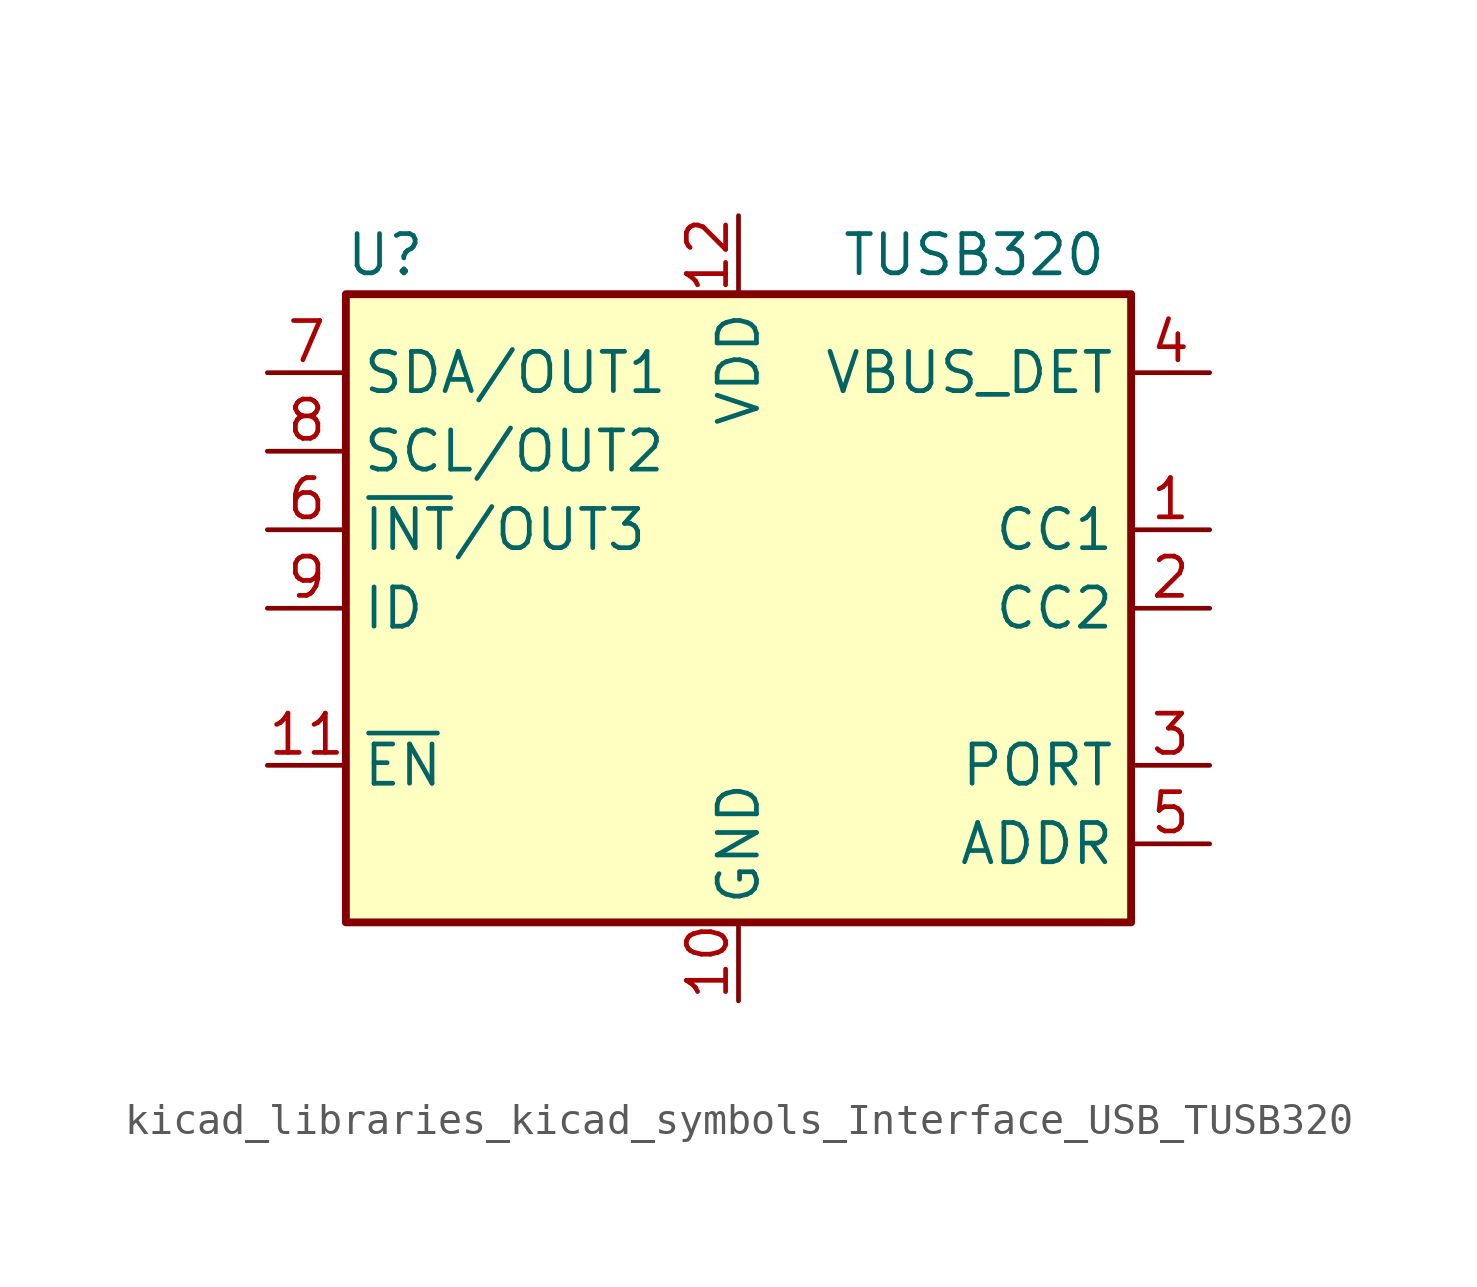
<source format=kicad_sym>
(kicad_symbol_lib
  (version 20220914)
  (generator kicad_symbol_editor)
  (symbol "kicad_libraries_kicad_symbols_Interface_USB_TUSB320"
    (property "Reference" "U"
      (at -11.43 11.43 0)
      (effects (font (size 1.27 1.27))))
    (property "Value" "TUSB320"
      (at 7.62 11.43 0)
      (effects (font (size 1.27 1.27))))
    (symbol "kicad_libraries_kicad_symbols_Interface_USB_TUSB320_0_1"
      (rectangle (start -12.7 10.16) (end 12.7 -10.16) (stroke (width 0.254) (type default)) (fill (type background))))
    (symbol "kicad_libraries_kicad_symbols_Interface_USB_TUSB320_1_1"
      (pin bidirectional line (at 15.24 2.54 180) (length 2.54) (name "CC1" (effects (font (size 1.27 1.27)))) (number "1" (effects (font (size 1.27 1.27)))))
      (pin power_in line (at 0 -12.7 90) (length 2.54) (name "GND" (effects (font (size 1.27 1.27)))) (number "10" (effects (font (size 1.27 1.27)))))
      (pin input line (at -15.24 -5.08 0) (length 2.54) (name "~{EN}" (effects (font (size 1.27 1.27)))) (number "11" (effects (font (size 1.27 1.27)))))
      (pin power_in line (at 0 12.7 270) (length 2.54) (name "VDD" (effects (font (size 1.27 1.27)))) (number "12" (effects (font (size 1.27 1.27)))))
      (pin bidirectional line (at 15.24 0 180) (length 2.54) (name "CC2" (effects (font (size 1.27 1.27)))) (number "2" (effects (font (size 1.27 1.27)))))
      (pin input line (at 15.24 -5.08 180) (length 2.54) (name "PORT" (effects (font (size 1.27 1.27)))) (number "3" (effects (font (size 1.27 1.27)))))
      (pin input line (at 15.24 7.62 180) (length 2.54) (name "VBUS_DET" (effects (font (size 1.27 1.27)))) (number "4" (effects (font (size 1.27 1.27)))))
      (pin input line (at 15.24 -7.62 180) (length 2.54) (name "ADDR" (effects (font (size 1.27 1.27)))) (number "5" (effects (font (size 1.27 1.27)))))
      (pin open_collector line (at -15.24 2.54 0) (length 2.54) (name "~{INT}/OUT3" (effects (font (size 1.27 1.27)))) (number "6" (effects (font (size 1.27 1.27)))))
      (pin bidirectional line (at -15.24 7.62 0) (length 2.54) (name "SDA/OUT1" (effects (font (size 1.27 1.27)))) (number "7" (effects (font (size 1.27 1.27)))))
      (pin bidirectional line (at -15.24 5.08 0) (length 2.54) (name "SCL/OUT2" (effects (font (size 1.27 1.27)))) (number "8" (effects (font (size 1.27 1.27)))))
      (pin open_collector line (at -15.24 0 0) (length 2.54) (name "ID" (effects (font (size 1.27 1.27)))) (number "9" (effects (font (size 1.27 1.27))))))))
</source>
